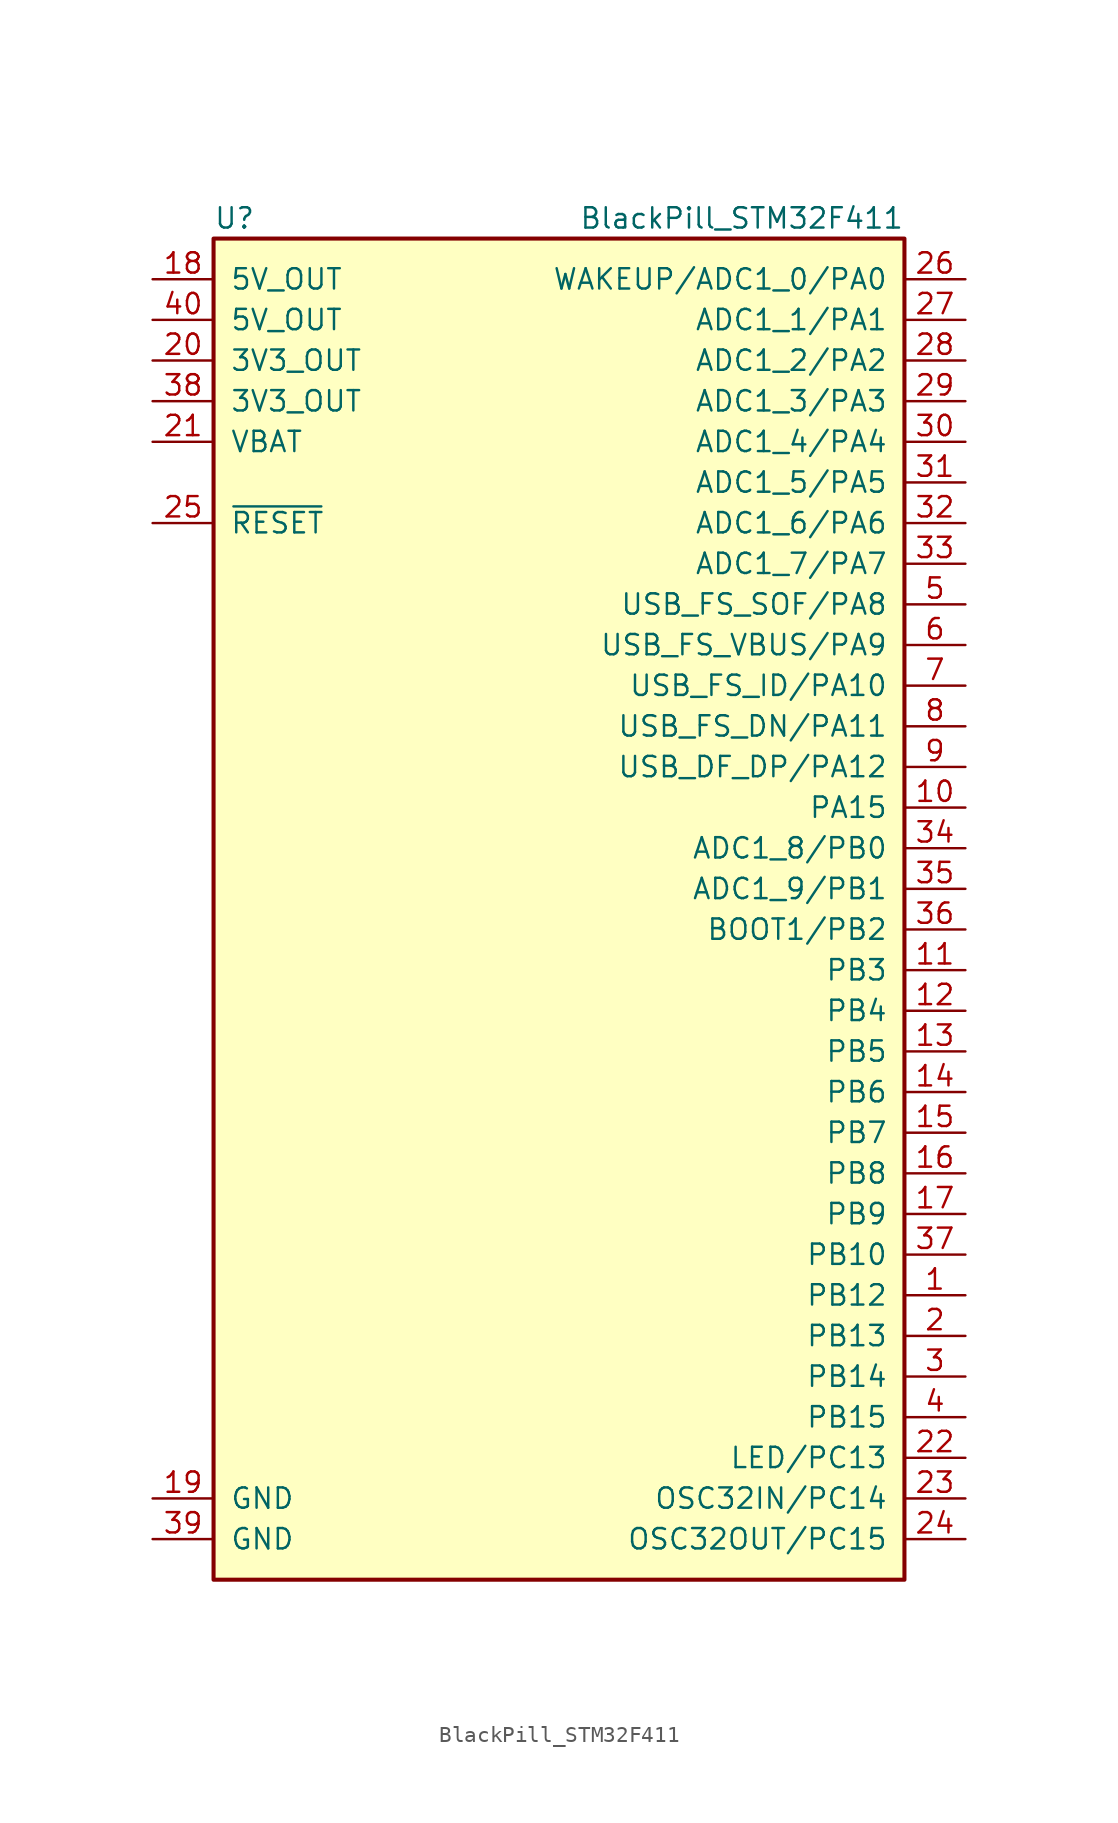
<source format=kicad_sym>
(kicad_symbol_lib
  (version 20211014)
  (generator kicad_symbol_editor)
  (symbol "BlackPill_STM32F411"
    (pin_names
      (offset 1.016))
    (property "Reference" "U"
      (at -21.59 41.91 0)
      (effects (font (size 1.27 1.27)) (justify left)))
    (property "Value" "BlackPill_STM32F411"
      (at 21.59 41.91 0)
      (effects (font (size 1.27 1.27)) (justify right)))
    (symbol "BlackPill_STM32F411_0_1"
      (rectangle (start 21.59 40.64) (end -21.59 -43.18) (stroke (width 0.254) (type default) (color 0 0 0 0)) (fill (type background))))
    (symbol "BlackPill_STM32F411_1_1"
      (pin bidirectional line (at 25.4 -25.4 180) (length 3.81) (name "PB12" (effects (font (size 1.27 1.27)))) (number "1" (effects (font (size 1.27 1.27)))))
      (pin bidirectional line (at 25.4 5.08 180) (length 3.81) (name "PA15" (effects (font (size 1.27 1.27)))) (number "10" (effects (font (size 1.27 1.27)))))
      (pin bidirectional line (at 25.4 -5.08 180) (length 3.81) (name "PB3" (effects (font (size 1.27 1.27)))) (number "11" (effects (font (size 1.27 1.27)))))
      (pin bidirectional line (at 25.4 -7.62 180) (length 3.81) (name "PB4" (effects (font (size 1.27 1.27)))) (number "12" (effects (font (size 1.27 1.27)))))
      (pin bidirectional line (at 25.4 -10.16 180) (length 3.81) (name "PB5" (effects (font (size 1.27 1.27)))) (number "13" (effects (font (size 1.27 1.27)))))
      (pin bidirectional line (at 25.4 -12.7 180) (length 3.81) (name "PB6" (effects (font (size 1.27 1.27)))) (number "14" (effects (font (size 1.27 1.27)))))
      (pin bidirectional line (at 25.4 -15.24 180) (length 3.81) (name "PB7" (effects (font (size 1.27 1.27)))) (number "15" (effects (font (size 1.27 1.27)))))
      (pin bidirectional line (at 25.4 -17.78 180) (length 3.81) (name "PB8" (effects (font (size 1.27 1.27)))) (number "16" (effects (font (size 1.27 1.27)))))
      (pin bidirectional line (at 25.4 -20.32 180) (length 3.81) (name "PB9" (effects (font (size 1.27 1.27)))) (number "17" (effects (font (size 1.27 1.27)))))
      (pin power_out line (at -25.4 38.1 0) (length 3.81) (name "5V_OUT" (effects (font (size 1.27 1.27)))) (number "18" (effects (font (size 1.27 1.27)))))
      (pin power_in line (at -25.4 -38.1 0) (length 3.81) (name "GND" (effects (font (size 1.27 1.27)))) (number "19" (effects (font (size 1.27 1.27)))))
      (pin bidirectional line (at 25.4 -27.94 180) (length 3.81) (name "PB13" (effects (font (size 1.27 1.27)))) (number "2" (effects (font (size 1.27 1.27)))))
      (pin power_out line (at -25.4 33.02 0) (length 3.81) (name "3V3_OUT" (effects (font (size 1.27 1.27)))) (number "20" (effects (font (size 1.27 1.27)))))
      (pin bidirectional line (at -25.4 27.94 0) (length 3.81) (name "VBAT" (effects (font (size 1.27 1.27)))) (number "21" (effects (font (size 1.27 1.27)))))
      (pin bidirectional line (at 25.4 -35.56 180) (length 3.81) (name "LED/PC13" (effects (font (size 1.27 1.27)))) (number "22" (effects (font (size 1.27 1.27)))))
      (pin bidirectional line (at 25.4 -38.1 180) (length 3.81) (name "OSC32IN/PC14" (effects (font (size 1.27 1.27)))) (number "23" (effects (font (size 1.27 1.27)))))
      (pin bidirectional line (at 25.4 -40.64 180) (length 3.81) (name "OSC32OUT/PC15" (effects (font (size 1.27 1.27)))) (number "24" (effects (font (size 1.27 1.27)))))
      (pin input line (at -25.4 22.86 0) (length 3.81) (name "~{RESET}" (effects (font (size 1.27 1.27)))) (number "25" (effects (font (size 1.27 1.27)))))
      (pin bidirectional line (at 25.4 38.1 180) (length 3.81) (name "WAKEUP/ADC1_0/PA0" (effects (font (size 1.27 1.27)))) (number "26" (effects (font (size 1.27 1.27)))))
      (pin bidirectional line (at 25.4 35.56 180) (length 3.81) (name "ADC1_1/PA1" (effects (font (size 1.27 1.27)))) (number "27" (effects (font (size 1.27 1.27)))))
      (pin bidirectional line (at 25.4 33.02 180) (length 3.81) (name "ADC1_2/PA2" (effects (font (size 1.27 1.27)))) (number "28" (effects (font (size 1.27 1.27)))))
      (pin bidirectional line (at 25.4 30.48 180) (length 3.81) (name "ADC1_3/PA3" (effects (font (size 1.27 1.27)))) (number "29" (effects (font (size 1.27 1.27)))))
      (pin bidirectional line (at 25.4 -30.48 180) (length 3.81) (name "PB14" (effects (font (size 1.27 1.27)))) (number "3" (effects (font (size 1.27 1.27)))))
      (pin bidirectional line (at 25.4 27.94 180) (length 3.81) (name "ADC1_4/PA4" (effects (font (size 1.27 1.27)))) (number "30" (effects (font (size 1.27 1.27)))))
      (pin bidirectional line (at 25.4 25.4 180) (length 3.81) (name "ADC1_5/PA5" (effects (font (size 1.27 1.27)))) (number "31" (effects (font (size 1.27 1.27)))))
      (pin bidirectional line (at 25.4 22.86 180) (length 3.81) (name "ADC1_6/PA6" (effects (font (size 1.27 1.27)))) (number "32" (effects (font (size 1.27 1.27)))))
      (pin bidirectional line (at 25.4 20.32 180) (length 3.81) (name "ADC1_7/PA7" (effects (font (size 1.27 1.27)))) (number "33" (effects (font (size 1.27 1.27)))))
      (pin bidirectional line (at 25.4 2.54 180) (length 3.81) (name "ADC1_8/PB0" (effects (font (size 1.27 1.27)))) (number "34" (effects (font (size 1.27 1.27)))))
      (pin bidirectional line (at 25.4 0 180) (length 3.81) (name "ADC1_9/PB1" (effects (font (size 1.27 1.27)))) (number "35" (effects (font (size 1.27 1.27)))))
      (pin bidirectional line (at 25.4 -2.54 180) (length 3.81) (name "BOOT1/PB2" (effects (font (size 1.27 1.27)))) (number "36" (effects (font (size 1.27 1.27)))))
      (pin bidirectional line (at 25.4 -22.86 180) (length 3.81) (name "PB10" (effects (font (size 1.27 1.27)))) (number "37" (effects (font (size 1.27 1.27)))))
      (pin power_out line (at -25.4 30.48 0) (length 3.81) (name "3V3_OUT" (effects (font (size 1.27 1.27)))) (number "38" (effects (font (size 1.27 1.27)))))
      (pin power_in line (at -25.4 -40.64 0) (length 3.81) (name "GND" (effects (font (size 1.27 1.27)))) (number "39" (effects (font (size 1.27 1.27)))))
      (pin bidirectional line (at 25.4 -33.02 180) (length 3.81) (name "PB15" (effects (font (size 1.27 1.27)))) (number "4" (effects (font (size 1.27 1.27)))))
      (pin power_out line (at -25.4 35.56 0) (length 3.81) (name "5V_OUT" (effects (font (size 1.27 1.27)))) (number "40" (effects (font (size 1.27 1.27)))))
      (pin bidirectional line (at 25.4 17.78 180) (length 3.81) (name "USB_FS_SOF/PA8" (effects (font (size 1.27 1.27)))) (number "5" (effects (font (size 1.27 1.27)))))
      (pin bidirectional line (at 25.4 15.24 180) (length 3.81) (name "USB_FS_VBUS/PA9" (effects (font (size 1.27 1.27)))) (number "6" (effects (font (size 1.27 1.27)))))
      (pin bidirectional line (at 25.4 12.7 180) (length 3.81) (name "USB_FS_ID/PA10" (effects (font (size 1.27 1.27)))) (number "7" (effects (font (size 1.27 1.27)))))
      (pin bidirectional line (at 25.4 10.16 180) (length 3.81) (name "USB_FS_DN/PA11" (effects (font (size 1.27 1.27)))) (number "8" (effects (font (size 1.27 1.27)))))
      (pin bidirectional line (at 25.4 7.62 180) (length 3.81) (name "USB_DF_DP/PA12" (effects (font (size 1.27 1.27)))) (number "9" (effects (font (size 1.27 1.27))))))))
</source>
